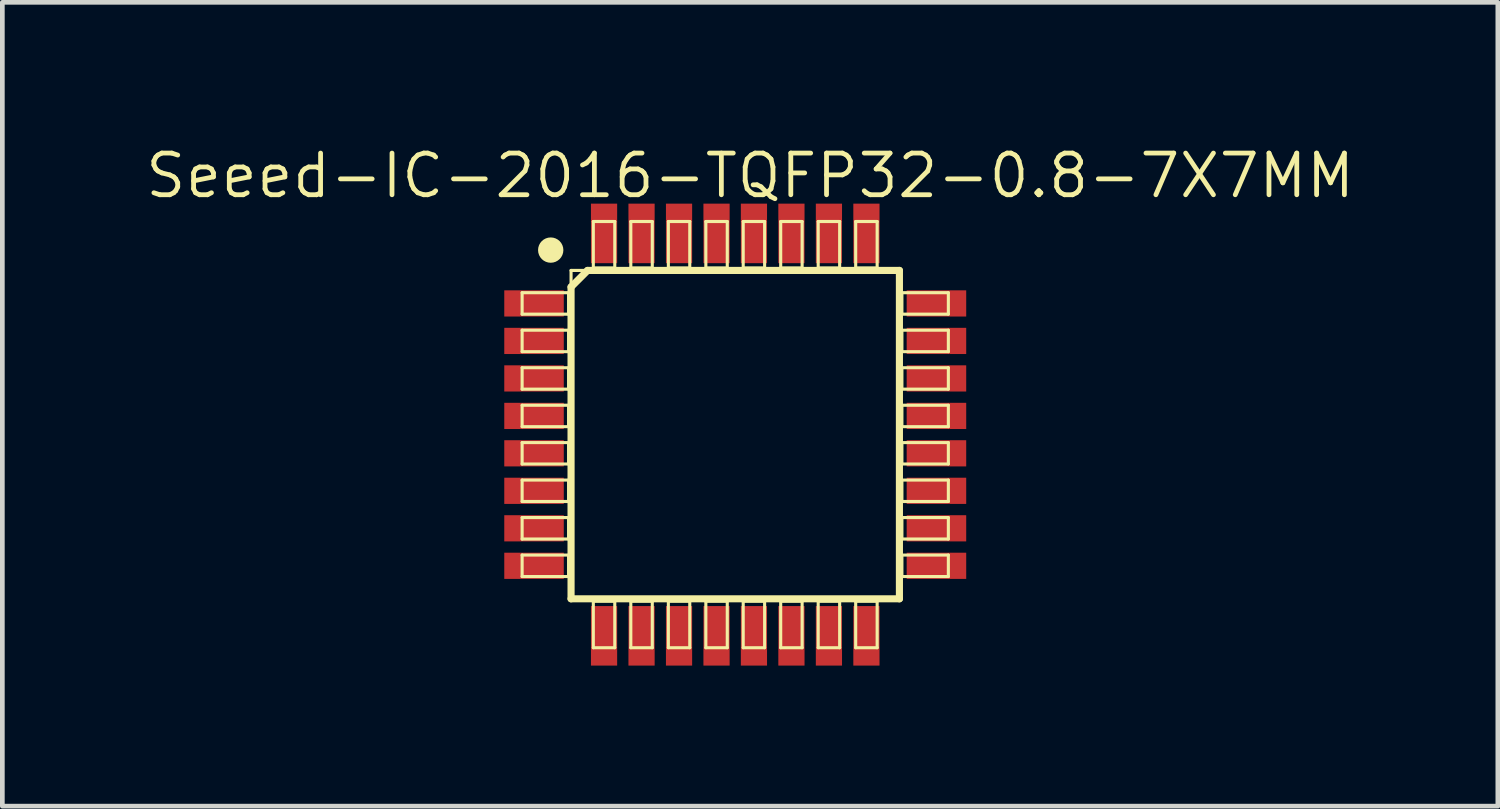
<source format=kicad_pcb>
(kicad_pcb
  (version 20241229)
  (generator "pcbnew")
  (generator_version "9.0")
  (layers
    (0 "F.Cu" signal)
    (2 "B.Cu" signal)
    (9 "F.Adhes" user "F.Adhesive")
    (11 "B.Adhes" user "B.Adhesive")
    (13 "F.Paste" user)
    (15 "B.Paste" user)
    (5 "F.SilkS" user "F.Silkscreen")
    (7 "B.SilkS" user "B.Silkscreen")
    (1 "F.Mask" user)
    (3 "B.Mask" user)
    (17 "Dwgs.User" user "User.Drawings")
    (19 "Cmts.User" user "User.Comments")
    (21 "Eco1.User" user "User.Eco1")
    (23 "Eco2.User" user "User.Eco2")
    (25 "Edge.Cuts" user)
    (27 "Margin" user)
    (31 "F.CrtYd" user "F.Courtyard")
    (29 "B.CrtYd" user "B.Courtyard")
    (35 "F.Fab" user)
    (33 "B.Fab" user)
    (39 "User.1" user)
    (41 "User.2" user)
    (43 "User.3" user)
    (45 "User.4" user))
  (footprint "Seeed-IC-2016-TQFP32-0.8-7X7MM"
    (layer "F.Cu")
    (at 12.637 6.223)
    (property "Reference" "Seeed-IC-2016-TQFP32-0.8-7X7MM" (at 0.318 -5.524 0) (layer "F.SilkS") (effects (font (size 0.889 0.889) (thickness 0.102))))
    (attr smd)
    (fp_line (start -4.547 -3.028) (end -3.556 -3.028) (stroke (width 0.066) (type solid)) (layer "F.SilkS"))
    (fp_line (start -4.547 -2.57) (end -4.547 -3.028) (stroke (width 0.066) (type solid)) (layer "F.SilkS"))
    (fp_line (start -4.547 -2.57) (end -3.556 -2.57) (stroke (width 0.066) (type solid)) (layer "F.SilkS"))
    (fp_line (start -4.547 -2.228) (end -3.556 -2.228) (stroke (width 0.066) (type solid)) (layer "F.SilkS"))
    (fp_line (start -4.547 -1.77) (end -4.547 -2.228) (stroke (width 0.066) (type solid)) (layer "F.SilkS"))
    (fp_line (start -4.547 -1.77) (end -3.556 -1.77) (stroke (width 0.066) (type solid)) (layer "F.SilkS"))
    (fp_line (start -4.547 -1.427) (end -3.556 -1.427) (stroke (width 0.066) (type solid)) (layer "F.SilkS"))
    (fp_line (start -4.547 -0.97) (end -4.547 -1.427) (stroke (width 0.066) (type solid)) (layer "F.SilkS"))
    (fp_line (start -4.547 -0.97) (end -3.556 -0.97) (stroke (width 0.066) (type solid)) (layer "F.SilkS"))
    (fp_line (start -4.547 -0.627) (end -3.556 -0.627) (stroke (width 0.066) (type solid)) (layer "F.SilkS"))
    (fp_line (start -4.547 -0.17) (end -4.547 -0.627) (stroke (width 0.066) (type solid)) (layer "F.SilkS"))
    (fp_line (start -4.547 -0.17) (end -3.556 -0.17) (stroke (width 0.066) (type solid)) (layer "F.SilkS"))
    (fp_line (start -4.547 0.17) (end -3.556 0.17) (stroke (width 0.066) (type solid)) (layer "F.SilkS"))
    (fp_line (start -4.547 0.627) (end -4.547 0.17) (stroke (width 0.066) (type solid)) (layer "F.SilkS"))
    (fp_line (start -4.547 0.627) (end -3.556 0.627) (stroke (width 0.066) (type solid)) (layer "F.SilkS"))
    (fp_line (start -4.547 0.97) (end -3.556 0.97) (stroke (width 0.066) (type solid)) (layer "F.SilkS"))
    (fp_line (start -4.547 1.427) (end -4.547 0.97) (stroke (width 0.066) (type solid)) (layer "F.SilkS"))
    (fp_line (start -4.547 1.427) (end -3.556 1.427) (stroke (width 0.066) (type solid)) (layer "F.SilkS"))
    (fp_line (start -4.547 1.77) (end -3.556 1.77) (stroke (width 0.066) (type solid)) (layer "F.SilkS"))
    (fp_line (start -4.547 2.228) (end -4.547 1.77) (stroke (width 0.066) (type solid)) (layer "F.SilkS"))
    (fp_line (start -4.547 2.228) (end -3.556 2.228) (stroke (width 0.066) (type solid)) (layer "F.SilkS"))
    (fp_line (start -4.547 2.57) (end -3.556 2.57) (stroke (width 0.066) (type solid)) (layer "F.SilkS"))
    (fp_line (start -4.547 3.028) (end -4.547 2.57) (stroke (width 0.066) (type solid)) (layer "F.SilkS"))
    (fp_line (start -4.547 3.028) (end -3.556 3.028) (stroke (width 0.066) (type solid)) (layer "F.SilkS"))
    (fp_line (start -3.556 -2.57) (end -3.556 -3.028) (stroke (width 0.066) (type solid)) (layer "F.SilkS"))
    (fp_line (start -3.556 -1.77) (end -3.556 -2.228) (stroke (width 0.066) (type solid)) (layer "F.SilkS"))
    (fp_line (start -3.556 -0.97) (end -3.556 -1.427) (stroke (width 0.066) (type solid)) (layer "F.SilkS"))
    (fp_line (start -3.556 -0.17) (end -3.556 -0.627) (stroke (width 0.066) (type solid)) (layer "F.SilkS"))
    (fp_line (start -3.556 0.627) (end -3.556 0.17) (stroke (width 0.066) (type solid)) (layer "F.SilkS"))
    (fp_line (start -3.556 1.427) (end -3.556 0.97) (stroke (width 0.066) (type solid)) (layer "F.SilkS"))
    (fp_line (start -3.556 2.228) (end -3.556 1.77) (stroke (width 0.066) (type solid)) (layer "F.SilkS"))
    (fp_line (start -3.556 3.028) (end -3.556 2.57) (stroke (width 0.066) (type solid)) (layer "F.SilkS"))
    (fp_line (start -3.503 -3.503) (end 3.503 -3.503) (stroke (width 0.066) (type solid)) (layer "F.SilkS"))
    (fp_line (start -3.503 3.503) (end -3.503 -3.503) (stroke (width 0.066) (type solid)) (layer "F.SilkS"))
    (fp_line (start -3.503 3.503) (end -3.503 -3.15) (stroke (width 0.152) (type solid)) (layer "F.SilkS"))
    (fp_line (start -3.503 3.503) (end 3.503 3.503) (stroke (width 0.066) (type solid)) (layer "F.SilkS"))
    (fp_line (start -3.15 -3.503) (end -3.503 -3.15) (stroke (width 0.152) (type solid)) (layer "F.SilkS"))
    (fp_line (start -3.15 -3.503) (end 3.503 -3.503) (stroke (width 0.152) (type solid)) (layer "F.SilkS"))
    (fp_line (start -3.028 -4.547) (end -2.57 -4.547) (stroke (width 0.066) (type solid)) (layer "F.SilkS"))
    (fp_line (start -3.028 -3.556) (end -3.028 -4.547) (stroke (width 0.066) (type solid)) (layer "F.SilkS"))
    (fp_line (start -3.028 -3.556) (end -2.57 -3.556) (stroke (width 0.066) (type solid)) (layer "F.SilkS"))
    (fp_line (start -3.028 3.556) (end -2.57 3.556) (stroke (width 0.066) (type solid)) (layer "F.SilkS"))
    (fp_line (start -3.028 4.547) (end -3.028 3.556) (stroke (width 0.066) (type solid)) (layer "F.SilkS"))
    (fp_line (start -3.028 4.547) (end -2.57 4.547) (stroke (width 0.066) (type solid)) (layer "F.SilkS"))
    (fp_line (start -2.57 -3.556) (end -2.57 -4.547) (stroke (width 0.066) (type solid)) (layer "F.SilkS"))
    (fp_line (start -2.57 4.547) (end -2.57 3.556) (stroke (width 0.066) (type solid)) (layer "F.SilkS"))
    (fp_line (start -2.228 -4.547) (end -1.77 -4.547) (stroke (width 0.066) (type solid)) (layer "F.SilkS"))
    (fp_line (start -2.228 -3.556) (end -2.228 -4.547) (stroke (width 0.066) (type solid)) (layer "F.SilkS"))
    (fp_line (start -2.228 -3.556) (end -1.77 -3.556) (stroke (width 0.066) (type solid)) (layer "F.SilkS"))
    (fp_line (start -2.228 3.556) (end -1.77 3.556) (stroke (width 0.066) (type solid)) (layer "F.SilkS"))
    (fp_line (start -2.228 4.547) (end -2.228 3.556) (stroke (width 0.066) (type solid)) (layer "F.SilkS"))
    (fp_line (start -2.228 4.547) (end -1.77 4.547) (stroke (width 0.066) (type solid)) (layer "F.SilkS"))
    (fp_line (start -1.77 -3.556) (end -1.77 -4.547) (stroke (width 0.066) (type solid)) (layer "F.SilkS"))
    (fp_line (start -1.77 4.547) (end -1.77 3.556) (stroke (width 0.066) (type solid)) (layer "F.SilkS"))
    (fp_line (start -1.427 -4.547) (end -0.97 -4.547) (stroke (width 0.066) (type solid)) (layer "F.SilkS"))
    (fp_line (start -1.427 -3.556) (end -1.427 -4.547) (stroke (width 0.066) (type solid)) (layer "F.SilkS"))
    (fp_line (start -1.427 -3.556) (end -0.97 -3.556) (stroke (width 0.066) (type solid)) (layer "F.SilkS"))
    (fp_line (start -1.427 3.556) (end -0.97 3.556) (stroke (width 0.066) (type solid)) (layer "F.SilkS"))
    (fp_line (start -1.427 4.547) (end -1.427 3.556) (stroke (width 0.066) (type solid)) (layer "F.SilkS"))
    (fp_line (start -1.427 4.547) (end -0.97 4.547) (stroke (width 0.066) (type solid)) (layer "F.SilkS"))
    (fp_line (start -0.97 -3.556) (end -0.97 -4.547) (stroke (width 0.066) (type solid)) (layer "F.SilkS"))
    (fp_line (start -0.97 4.547) (end -0.97 3.556) (stroke (width 0.066) (type solid)) (layer "F.SilkS"))
    (fp_line (start -0.627 -4.547) (end -0.17 -4.547) (stroke (width 0.066) (type solid)) (layer "F.SilkS"))
    (fp_line (start -0.627 -3.556) (end -0.627 -4.547) (stroke (width 0.066) (type solid)) (layer "F.SilkS"))
    (fp_line (start -0.627 -3.556) (end -0.17 -3.556) (stroke (width 0.066) (type solid)) (layer "F.SilkS"))
    (fp_line (start -0.627 3.556) (end -0.17 3.556) (stroke (width 0.066) (type solid)) (layer "F.SilkS"))
    (fp_line (start -0.627 4.547) (end -0.627 3.556) (stroke (width 0.066) (type solid)) (layer "F.SilkS"))
    (fp_line (start -0.627 4.547) (end -0.17 4.547) (stroke (width 0.066) (type solid)) (layer "F.SilkS"))
    (fp_line (start -0.17 -3.556) (end -0.17 -4.547) (stroke (width 0.066) (type solid)) (layer "F.SilkS"))
    (fp_line (start -0.17 4.547) (end -0.17 3.556) (stroke (width 0.066) (type solid)) (layer "F.SilkS"))
    (fp_line (start 0.17 -4.547) (end 0.627 -4.547) (stroke (width 0.066) (type solid)) (layer "F.SilkS"))
    (fp_line (start 0.17 -3.556) (end 0.17 -4.547) (stroke (width 0.066) (type solid)) (layer "F.SilkS"))
    (fp_line (start 0.17 -3.556) (end 0.627 -3.556) (stroke (width 0.066) (type solid)) (layer "F.SilkS"))
    (fp_line (start 0.17 3.556) (end 0.627 3.556) (stroke (width 0.066) (type solid)) (layer "F.SilkS"))
    (fp_line (start 0.17 4.547) (end 0.17 3.556) (stroke (width 0.066) (type solid)) (layer "F.SilkS"))
    (fp_line (start 0.17 4.547) (end 0.627 4.547) (stroke (width 0.066) (type solid)) (layer "F.SilkS"))
    (fp_line (start 0.627 -3.556) (end 0.627 -4.547) (stroke (width 0.066) (type solid)) (layer "F.SilkS"))
    (fp_line (start 0.627 4.547) (end 0.627 3.556) (stroke (width 0.066) (type solid)) (layer "F.SilkS"))
    (fp_line (start 0.97 -4.547) (end 1.427 -4.547) (stroke (width 0.066) (type solid)) (layer "F.SilkS"))
    (fp_line (start 0.97 -3.556) (end 0.97 -4.547) (stroke (width 0.066) (type solid)) (layer "F.SilkS"))
    (fp_line (start 0.97 -3.556) (end 1.427 -3.556) (stroke (width 0.066) (type solid)) (layer "F.SilkS"))
    (fp_line (start 0.97 3.556) (end 1.427 3.556) (stroke (width 0.066) (type solid)) (layer "F.SilkS"))
    (fp_line (start 0.97 4.547) (end 0.97 3.556) (stroke (width 0.066) (type solid)) (layer "F.SilkS"))
    (fp_line (start 0.97 4.547) (end 1.427 4.547) (stroke (width 0.066) (type solid)) (layer "F.SilkS"))
    (fp_line (start 1.427 -3.556) (end 1.427 -4.547) (stroke (width 0.066) (type solid)) (layer "F.SilkS"))
    (fp_line (start 1.427 4.547) (end 1.427 3.556) (stroke (width 0.066) (type solid)) (layer "F.SilkS"))
    (fp_line (start 1.77 -4.547) (end 2.228 -4.547) (stroke (width 0.066) (type solid)) (layer "F.SilkS"))
    (fp_line (start 1.77 -3.556) (end 1.77 -4.547) (stroke (width 0.066) (type solid)) (layer "F.SilkS"))
    (fp_line (start 1.77 -3.556) (end 2.228 -3.556) (stroke (width 0.066) (type solid)) (layer "F.SilkS"))
    (fp_line (start 1.77 3.556) (end 2.228 3.556) (stroke (width 0.066) (type solid)) (layer "F.SilkS"))
    (fp_line (start 1.77 4.547) (end 1.77 3.556) (stroke (width 0.066) (type solid)) (layer "F.SilkS"))
    (fp_line (start 1.77 4.547) (end 2.228 4.547) (stroke (width 0.066) (type solid)) (layer "F.SilkS"))
    (fp_line (start 2.228 -3.556) (end 2.228 -4.547) (stroke (width 0.066) (type solid)) (layer "F.SilkS"))
    (fp_line (start 2.228 4.547) (end 2.228 3.556) (stroke (width 0.066) (type solid)) (layer "F.SilkS"))
    (fp_line (start 2.57 -4.547) (end 3.028 -4.547) (stroke (width 0.066) (type solid)) (layer "F.SilkS"))
    (fp_line (start 2.57 -3.556) (end 2.57 -4.547) (stroke (width 0.066) (type solid)) (layer "F.SilkS"))
    (fp_line (start 2.57 -3.556) (end 3.028 -3.556) (stroke (width 0.066) (type solid)) (layer "F.SilkS"))
    (fp_line (start 2.57 3.556) (end 3.028 3.556) (stroke (width 0.066) (type solid)) (layer "F.SilkS"))
    (fp_line (start 2.57 4.547) (end 2.57 3.556) (stroke (width 0.066) (type solid)) (layer "F.SilkS"))
    (fp_line (start 2.57 4.547) (end 3.028 4.547) (stroke (width 0.066) (type solid)) (layer "F.SilkS"))
    (fp_line (start 3.028 -3.556) (end 3.028 -4.547) (stroke (width 0.066) (type solid)) (layer "F.SilkS"))
    (fp_line (start 3.028 4.547) (end 3.028 3.556) (stroke (width 0.066) (type solid)) (layer "F.SilkS"))
    (fp_line (start 3.503 -3.503) (end 3.503 3.503) (stroke (width 0.152) (type solid)) (layer "F.SilkS"))
    (fp_line (start 3.503 3.503) (end -3.503 3.503) (stroke (width 0.152) (type solid)) (layer "F.SilkS"))
    (fp_line (start 3.503 3.503) (end 3.503 -3.503) (stroke (width 0.066) (type solid)) (layer "F.SilkS"))
    (fp_line (start 3.556 -3.028) (end 4.547 -3.028) (stroke (width 0.066) (type solid)) (layer "F.SilkS"))
    (fp_line (start 3.556 -2.57) (end 3.556 -3.028) (stroke (width 0.066) (type solid)) (layer "F.SilkS"))
    (fp_line (start 3.556 -2.57) (end 4.547 -2.57) (stroke (width 0.066) (type solid)) (layer "F.SilkS"))
    (fp_line (start 3.556 -2.228) (end 4.547 -2.228) (stroke (width 0.066) (type solid)) (layer "F.SilkS"))
    (fp_line (start 3.556 -1.77) (end 3.556 -2.228) (stroke (width 0.066) (type solid)) (layer "F.SilkS"))
    (fp_line (start 3.556 -1.77) (end 4.547 -1.77) (stroke (width 0.066) (type solid)) (layer "F.SilkS"))
    (fp_line (start 3.556 -1.427) (end 4.547 -1.427) (stroke (width 0.066) (type solid)) (layer "F.SilkS"))
    (fp_line (start 3.556 -0.97) (end 3.556 -1.427) (stroke (width 0.066) (type solid)) (layer "F.SilkS"))
    (fp_line (start 3.556 -0.97) (end 4.547 -0.97) (stroke (width 0.066) (type solid)) (layer "F.SilkS"))
    (fp_line (start 3.556 -0.627) (end 4.547 -0.627) (stroke (width 0.066) (type solid)) (layer "F.SilkS"))
    (fp_line (start 3.556 -0.17) (end 3.556 -0.627) (stroke (width 0.066) (type solid)) (layer "F.SilkS"))
    (fp_line (start 3.556 -0.17) (end 4.547 -0.17) (stroke (width 0.066) (type solid)) (layer "F.SilkS"))
    (fp_line (start 3.556 0.17) (end 4.547 0.17) (stroke (width 0.066) (type solid)) (layer "F.SilkS"))
    (fp_line (start 3.556 0.627) (end 3.556 0.17) (stroke (width 0.066) (type solid)) (layer "F.SilkS"))
    (fp_line (start 3.556 0.627) (end 4.547 0.627) (stroke (width 0.066) (type solid)) (layer "F.SilkS"))
    (fp_line (start 3.556 0.97) (end 4.547 0.97) (stroke (width 0.066) (type solid)) (layer "F.SilkS"))
    (fp_line (start 3.556 1.427) (end 3.556 0.97) (stroke (width 0.066) (type solid)) (layer "F.SilkS"))
    (fp_line (start 3.556 1.427) (end 4.547 1.427) (stroke (width 0.066) (type solid)) (layer "F.SilkS"))
    (fp_line (start 3.556 1.77) (end 4.547 1.77) (stroke (width 0.066) (type solid)) (layer "F.SilkS"))
    (fp_line (start 3.556 2.228) (end 3.556 1.77) (stroke (width 0.066) (type solid)) (layer "F.SilkS"))
    (fp_line (start 3.556 2.228) (end 4.547 2.228) (stroke (width 0.066) (type solid)) (layer "F.SilkS"))
    (fp_line (start 3.556 2.57) (end 4.547 2.57) (stroke (width 0.066) (type solid)) (layer "F.SilkS"))
    (fp_line (start 3.556 3.028) (end 3.556 2.57) (stroke (width 0.066) (type solid)) (layer "F.SilkS"))
    (fp_line (start 3.556 3.028) (end 4.547 3.028) (stroke (width 0.066) (type solid)) (layer "F.SilkS"))
    (fp_line (start 4.547 -2.57) (end 4.547 -3.028) (stroke (width 0.066) (type solid)) (layer "F.SilkS"))
    (fp_line (start 4.547 -1.77) (end 4.547 -2.228) (stroke (width 0.066) (type solid)) (layer "F.SilkS"))
    (fp_line (start 4.547 -0.97) (end 4.547 -1.427) (stroke (width 0.066) (type solid)) (layer "F.SilkS"))
    (fp_line (start 4.547 -0.17) (end 4.547 -0.627) (stroke (width 0.066) (type solid)) (layer "F.SilkS"))
    (fp_line (start 4.547 0.627) (end 4.547 0.17) (stroke (width 0.066) (type solid)) (layer "F.SilkS"))
    (fp_line (start 4.547 1.427) (end 4.547 0.97) (stroke (width 0.066) (type solid)) (layer "F.SilkS"))
    (fp_line (start 4.547 2.228) (end 4.547 1.77) (stroke (width 0.066) (type solid)) (layer "F.SilkS"))
    (fp_line (start 4.547 3.028) (end 4.547 2.57) (stroke (width 0.066) (type solid)) (layer "F.SilkS"))
    (fp_circle (center -3.937 -3.937) (end -4.128 -4.128) (stroke (width 0) (type solid)) (fill yes) (layer "F.SilkS"))
    (pad "1" smd rect (at -4.293 -2.799) (size 1.27 0.559) (layers "F.Cu" "F.Mask" "F.Paste"))
    (pad "2" smd rect (at -4.293 -1.999) (size 1.27 0.559) (layers "F.Cu" "F.Mask" "F.Paste"))
    (pad "3" smd rect (at -4.293 -1.199) (size 1.27 0.559) (layers "F.Cu" "F.Mask" "F.Paste"))
    (pad "4" smd rect (at -4.293 -0.399) (size 1.27 0.559) (layers "F.Cu" "F.Mask" "F.Paste"))
    (pad "5" smd rect (at -4.293 0.399) (size 1.27 0.559) (layers "F.Cu" "F.Mask" "F.Paste"))
    (pad "6" smd rect (at -4.293 1.199) (size 1.27 0.559) (layers "F.Cu" "F.Mask" "F.Paste"))
    (pad "7" smd rect (at -4.293 1.999) (size 1.27 0.559) (layers "F.Cu" "F.Mask" "F.Paste"))
    (pad "8" smd rect (at -4.293 2.799) (size 1.27 0.559) (layers "F.Cu" "F.Mask" "F.Paste"))
    (pad "9" smd rect (at -2.799 4.293) (size 0.559 1.27) (layers "F.Cu" "F.Mask" "F.Paste"))
    (pad "10" smd rect (at -1.999 4.293) (size 0.559 1.27) (layers "F.Cu" "F.Mask" "F.Paste"))
    (pad "11" smd rect (at -1.199 4.293) (size 0.559 1.27) (layers "F.Cu" "F.Mask" "F.Paste"))
    (pad "12" smd rect (at -0.399 4.293) (size 0.559 1.27) (layers "F.Cu" "F.Mask" "F.Paste"))
    (pad "13" smd rect (at 0.399 4.293) (size 0.559 1.27) (layers "F.Cu" "F.Mask" "F.Paste"))
    (pad "14" smd rect (at 1.199 4.293) (size 0.559 1.27) (layers "F.Cu" "F.Mask" "F.Paste"))
    (pad "15" smd rect (at 1.999 4.293) (size 0.559 1.27) (layers "F.Cu" "F.Mask" "F.Paste"))
    (pad "16" smd rect (at 2.799 4.293) (size 0.559 1.27) (layers "F.Cu" "F.Mask" "F.Paste"))
    (pad "17" smd rect (at 4.293 2.799) (size 1.27 0.559) (layers "F.Cu" "F.Mask" "F.Paste"))
    (pad "18" smd rect (at 4.293 1.999) (size 1.27 0.559) (layers "F.Cu" "F.Mask" "F.Paste"))
    (pad "19" smd rect (at 4.293 1.199) (size 1.27 0.559) (layers "F.Cu" "F.Mask" "F.Paste"))
    (pad "20" smd rect (at 4.293 0.399) (size 1.27 0.559) (layers "F.Cu" "F.Mask" "F.Paste"))
    (pad "21" smd rect (at 4.293 -0.399) (size 1.27 0.559) (layers "F.Cu" "F.Mask" "F.Paste"))
    (pad "22" smd rect (at 4.293 -1.199) (size 1.27 0.559) (layers "F.Cu" "F.Mask" "F.Paste"))
    (pad "23" smd rect (at 4.293 -1.999) (size 1.27 0.559) (layers "F.Cu" "F.Mask" "F.Paste"))
    (pad "24" smd rect (at 4.293 -2.799) (size 1.27 0.559) (layers "F.Cu" "F.Mask" "F.Paste"))
    (pad "25" smd rect (at 2.799 -4.293) (size 0.559 1.27) (layers "F.Cu" "F.Mask" "F.Paste"))
    (pad "26" smd rect (at 1.999 -4.293) (size 0.559 1.27) (layers "F.Cu" "F.Mask" "F.Paste"))
    (pad "27" smd rect (at 1.199 -4.293) (size 0.559 1.27) (layers "F.Cu" "F.Mask" "F.Paste"))
    (pad "28" smd rect (at 0.399 -4.293) (size 0.559 1.27) (layers "F.Cu" "F.Mask" "F.Paste"))
    (pad "29" smd rect (at -0.399 -4.293) (size 0.559 1.27) (layers "F.Cu" "F.Mask" "F.Paste"))
    (pad "30" smd rect (at -1.199 -4.293) (size 0.559 1.27) (layers "F.Cu" "F.Mask" "F.Paste"))
    (pad "31" smd rect (at -1.999 -4.293) (size 0.559 1.27) (layers "F.Cu" "F.Mask" "F.Paste"))
    (pad "32" smd rect (at -2.799 -4.293) (size 0.559 1.27) (layers "F.Cu" "F.Mask" "F.Paste")))
  (gr_rect
    (start -3 -3)
    (end 28.908 14.15)
    (stroke (width 0.1) (type default))
    (fill no)
    (layer "Edge.Cuts")))
</source>
